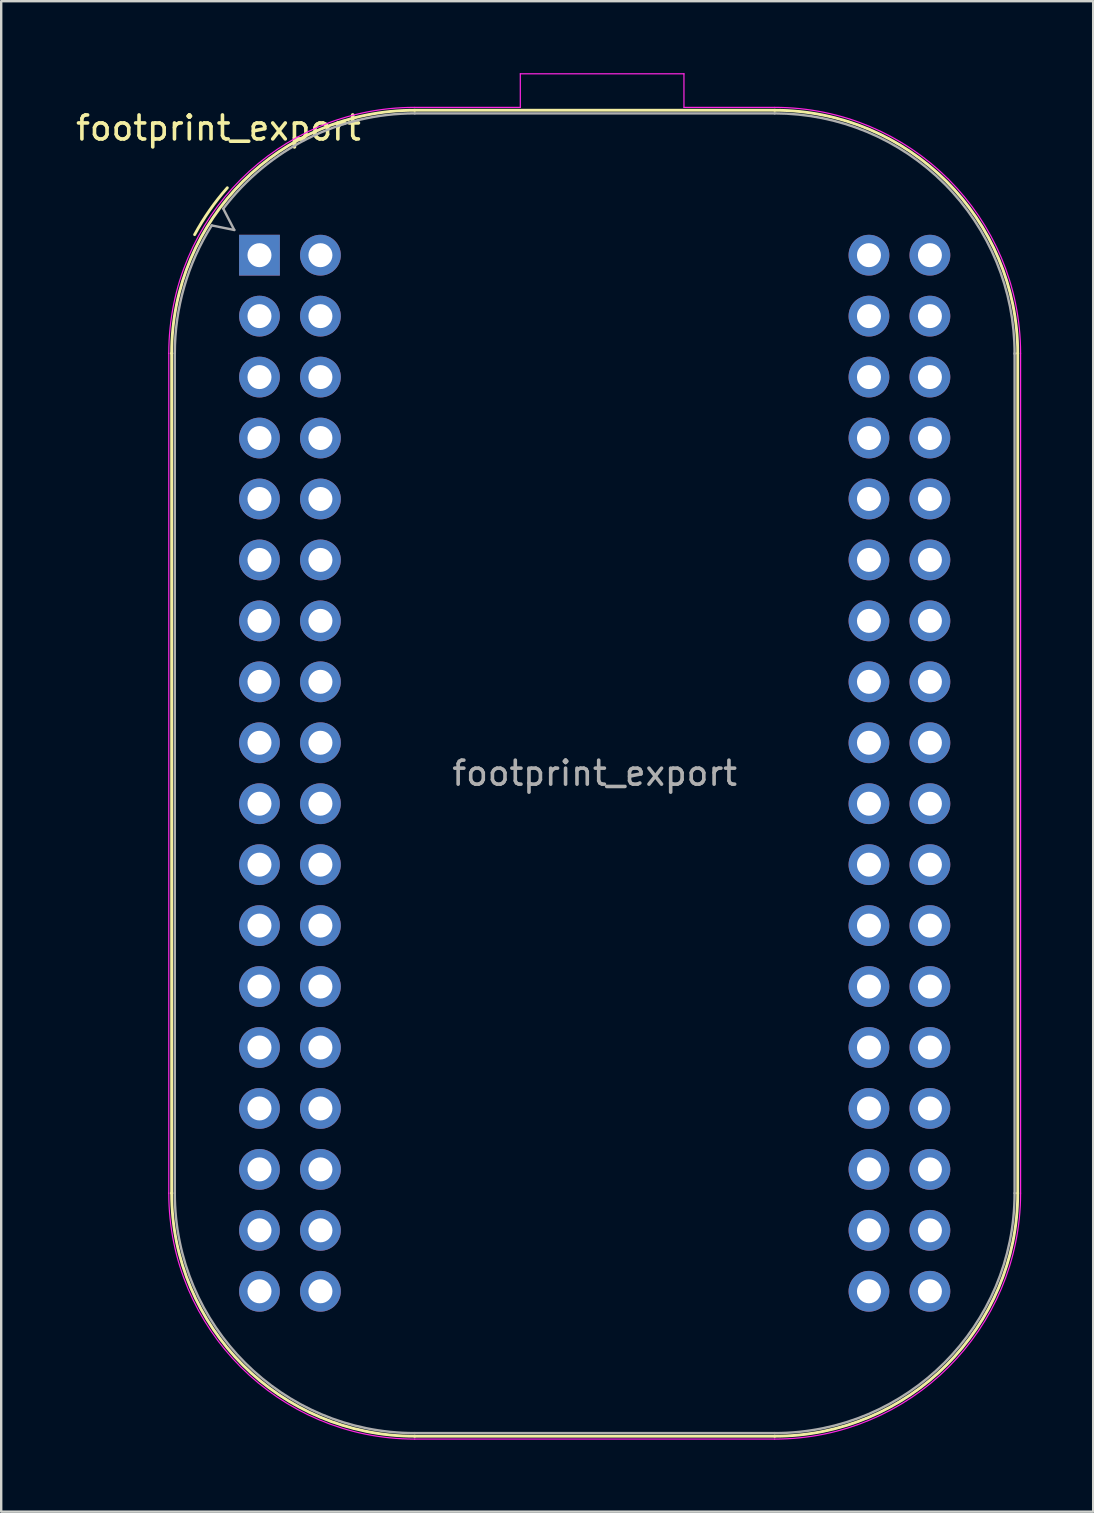
<source format=kicad_pcb>
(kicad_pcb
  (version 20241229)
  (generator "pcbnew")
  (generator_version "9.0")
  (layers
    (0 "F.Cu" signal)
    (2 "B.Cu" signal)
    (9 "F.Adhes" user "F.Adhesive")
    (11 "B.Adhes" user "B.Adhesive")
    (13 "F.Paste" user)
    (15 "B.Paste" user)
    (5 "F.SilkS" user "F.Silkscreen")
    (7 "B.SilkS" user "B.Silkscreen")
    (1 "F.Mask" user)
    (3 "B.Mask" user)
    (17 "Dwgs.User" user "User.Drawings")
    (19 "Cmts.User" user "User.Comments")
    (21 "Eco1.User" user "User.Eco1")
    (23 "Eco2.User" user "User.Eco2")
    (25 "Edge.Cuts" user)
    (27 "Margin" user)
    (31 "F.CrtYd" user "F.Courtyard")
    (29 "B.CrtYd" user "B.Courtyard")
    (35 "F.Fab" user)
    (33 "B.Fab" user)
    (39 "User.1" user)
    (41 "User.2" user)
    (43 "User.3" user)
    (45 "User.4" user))
  (footprint "footprint_export"
    (layer "F.Cu")
    (at 7.764 7.585)
    (property "Reference" "footprint_export" (at -1.71 -5.3 180) (layer "F.SilkS") (effects (font (size 1 1) (thickness 0.15))))
    (attr through_hole)
    (fp_line (start -3.66 39.09) (end -3.66 4.09) (stroke (width 0.12) (type solid)) (layer "F.SilkS"))
    (fp_line (start 6.47 -6.04) (end 21.47 -6.04) (stroke (width 0.12) (type solid)) (layer "F.SilkS"))
    (fp_line (start 6.47 49.22) (end 21.47 49.22) (stroke (width 0.12) (type solid)) (layer "F.SilkS"))
    (fp_line (start 31.6 4.09) (end 31.6 39.09) (stroke (width 0.12) (type solid)) (layer "F.SilkS"))
    (fp_arc (start -3.66 4.09) (mid -0.692992 -3.072992) (end 6.47 -6.04) (stroke (width 0.12) (type solid)) (layer "F.SilkS"))
    (fp_arc (start -2.702916 -0.856081) (mid -2.077474 -1.872113) (end -1.34 -2.81) (stroke (width 0.12) (type solid)) (layer "F.SilkS"))
    (fp_arc (start 6.47 49.22) (mid -0.692992 46.252992) (end -3.66 39.09) (stroke (width 0.12) (type solid)) (layer "F.SilkS"))
    (fp_arc (start 21.47 -6.04) (mid 28.632992 -3.072992) (end 31.6 4.09) (stroke (width 0.12) (type solid)) (layer "F.SilkS"))
    (fp_arc (start 31.6 39.09) (mid 28.632992 46.252992) (end 21.47 49.22) (stroke (width 0.12) (type solid)) (layer "F.SilkS"))
    (fp_line (start -3.78 4.09) (end -3.78 39.09) (stroke (width 0.05) (type solid)) (layer "F.CrtYd"))
    (fp_line (start 6.47 49.34) (end 21.47 49.34) (stroke (width 0.05) (type solid)) (layer "F.CrtYd"))
    (fp_line (start 10.87 -7.56) (end 17.69 -7.56) (stroke (width 0.05) (type solid)) (layer "F.CrtYd"))
    (fp_line (start 10.87 -6.16) (end 6.47 -6.16) (stroke (width 0.05) (type solid)) (layer "F.CrtYd"))
    (fp_line (start 10.87 -6.16) (end 10.87 -7.56) (stroke (width 0.05) (type solid)) (layer "F.CrtYd"))
    (fp_line (start 17.69 -6.16) (end 17.69 -7.56) (stroke (width 0.05) (type solid)) (layer "F.CrtYd"))
    (fp_line (start 21.47 -6.16) (end 17.69 -6.16) (stroke (width 0.05) (type solid)) (layer "F.CrtYd"))
    (fp_line (start 31.72 4.09) (end 31.72 39.09) (stroke (width 0.05) (type solid)) (layer "F.CrtYd"))
    (fp_arc (start -3.78 4.09) (mid -0.777845 -3.157845) (end 6.47 -6.16) (stroke (width 0.05) (type solid)) (layer "F.CrtYd"))
    (fp_arc (start 6.47 49.34) (mid -0.777845 46.337845) (end -3.78 39.09) (stroke (width 0.05) (type solid)) (layer "F.CrtYd"))
    (fp_arc (start 21.47 -6.16) (mid 28.717845 -3.157845) (end 31.72 4.09) (stroke (width 0.05) (type solid)) (layer "F.CrtYd"))
    (fp_arc (start 31.72 39.09) (mid 28.717845 46.337845) (end 21.47 49.34) (stroke (width 0.05) (type solid)) (layer "F.CrtYd"))
    (fp_line (start -3.53 4.09) (end -3.53 39.09) (stroke (width 0.1) (type solid)) (layer "F.Fab"))
    (fp_line (start -1.51 -1.94) (end -1.05 -1.05) (stroke (width 0.1) (type solid)) (layer "F.Fab"))
    (fp_line (start -1.05 -1.05) (end -1.99 -1.24) (stroke (width 0.1) (type solid)) (layer "F.Fab"))
    (fp_line (start 6.47 -5.91) (end 21.47 -5.91) (stroke (width 0.1) (type solid)) (layer "F.Fab"))
    (fp_line (start 6.47 49.09) (end 21.47 49.09) (stroke (width 0.1) (type solid)) (layer "F.Fab"))
    (fp_line (start 31.47 4.09) (end 31.47 39.09) (stroke (width 0.1) (type solid)) (layer "F.Fab"))
    (fp_arc (start -3.529025 4.09) (mid -3.136567 1.316126) (end -1.99 -1.24) (stroke (width 0.1) (type solid)) (layer "F.Fab"))
    (fp_arc (start -1.505888 -1.942016) (mid 2.015797 -4.863216) (end 6.47 -5.91) (stroke (width 0.1) (type solid)) (layer "F.Fab"))
    (fp_arc (start 6.47 49.09) (mid -0.601068 46.161068) (end -3.53 39.09) (stroke (width 0.1) (type solid)) (layer "F.Fab"))
    (fp_arc (start 21.472547 -5.91002) (mid 28.549049 -2.973106) (end 31.47 4.11) (stroke (width 0.1) (type solid)) (layer "F.Fab"))
    (fp_arc (start 31.47 39.09) (mid 28.541068 46.161068) (end 21.47 49.09) (stroke (width 0.1) (type solid)) (layer "F.Fab"))
    (fp_text user "${REFERENCE}" (at 13.97 21.59 180) (layer "F.Fab") (effects (font (size 1 1) (thickness 0.15))))
    (pad "1" thru_hole rect (at 0 0) (size 1.7 1.7) (drill 1) (layers "*.Cu" "*.Mask"))
    (pad "2" thru_hole oval (at 2.54 0) (size 1.7 1.7) (drill 1) (layers "*.Cu" "*.Mask"))
    (pad "3" thru_hole oval (at 0 2.54) (size 1.7 1.7) (drill 1) (layers "*.Cu" "*.Mask"))
    (pad "4" thru_hole oval (at 2.54 2.54) (size 1.7 1.7) (drill 1) (layers "*.Cu" "*.Mask"))
    (pad "5" thru_hole oval (at 0 5.08) (size 1.7 1.7) (drill 1) (layers "*.Cu" "*.Mask"))
    (pad "6" thru_hole oval (at 2.54 5.08) (size 1.7 1.7) (drill 1) (layers "*.Cu" "*.Mask"))
    (pad "7" thru_hole oval (at 0 7.62) (size 1.7 1.7) (drill 1) (layers "*.Cu" "*.Mask"))
    (pad "8" thru_hole oval (at 2.54 7.62) (size 1.7 1.7) (drill 1) (layers "*.Cu" "*.Mask"))
    (pad "9" thru_hole oval (at 0 10.16) (size 1.7 1.7) (drill 1) (layers "*.Cu" "*.Mask"))
    (pad "10" thru_hole oval (at 2.54 10.16) (size 1.7 1.7) (drill 1) (layers "*.Cu" "*.Mask"))
    (pad "11" thru_hole oval (at 0 12.7) (size 1.7 1.7) (drill 1) (layers "*.Cu" "*.Mask"))
    (pad "12" thru_hole oval (at 2.54 12.7) (size 1.7 1.7) (drill 1) (layers "*.Cu" "*.Mask"))
    (pad "13" thru_hole oval (at 0 15.24) (size 1.7 1.7) (drill 1) (layers "*.Cu" "*.Mask"))
    (pad "14" thru_hole oval (at 2.54 15.24) (size 1.7 1.7) (drill 1) (layers "*.Cu" "*.Mask"))
    (pad "15" thru_hole oval (at 0 17.78) (size 1.7 1.7) (drill 1) (layers "*.Cu" "*.Mask"))
    (pad "16" thru_hole oval (at 2.54 17.78) (size 1.7 1.7) (drill 1) (layers "*.Cu" "*.Mask"))
    (pad "17" thru_hole oval (at 0 20.32) (size 1.7 1.7) (drill 1) (layers "*.Cu" "*.Mask"))
    (pad "18" thru_hole oval (at 2.54 20.32) (size 1.7 1.7) (drill 1) (layers "*.Cu" "*.Mask"))
    (pad "19" thru_hole oval (at 0 22.86) (size 1.7 1.7) (drill 1) (layers "*.Cu" "*.Mask"))
    (pad "20" thru_hole oval (at 2.54 22.86) (size 1.7 1.7) (drill 1) (layers "*.Cu" "*.Mask"))
    (pad "21" thru_hole oval (at 0 25.4) (size 1.7 1.7) (drill 1) (layers "*.Cu" "*.Mask"))
    (pad "22" thru_hole oval (at 2.54 25.4) (size 1.7 1.7) (drill 1) (layers "*.Cu" "*.Mask"))
    (pad "23" thru_hole oval (at 0 27.94) (size 1.7 1.7) (drill 1) (layers "*.Cu" "*.Mask"))
    (pad "24" thru_hole oval (at 2.54 27.94) (size 1.7 1.7) (drill 1) (layers "*.Cu" "*.Mask"))
    (pad "25" thru_hole oval (at 0 30.48) (size 1.7 1.7) (drill 1) (layers "*.Cu" "*.Mask"))
    (pad "26" thru_hole oval (at 2.54 30.48) (size 1.7 1.7) (drill 1) (layers "*.Cu" "*.Mask"))
    (pad "27" thru_hole oval (at 0 33.02) (size 1.7 1.7) (drill 1) (layers "*.Cu" "*.Mask"))
    (pad "28" thru_hole oval (at 2.54 33.02) (size 1.7 1.7) (drill 1) (layers "*.Cu" "*.Mask"))
    (pad "29" thru_hole oval (at 0 35.56) (size 1.7 1.7) (drill 1) (layers "*.Cu" "*.Mask"))
    (pad "30" thru_hole oval (at 2.54 35.56) (size 1.7 1.7) (drill 1) (layers "*.Cu" "*.Mask"))
    (pad "31" thru_hole oval (at 0 38.1) (size 1.7 1.7) (drill 1) (layers "*.Cu" "*.Mask"))
    (pad "32" thru_hole oval (at 2.54 38.1) (size 1.7 1.7) (drill 1) (layers "*.Cu" "*.Mask"))
    (pad "33" thru_hole oval (at 0 40.64) (size 1.7 1.7) (drill 1) (layers "*.Cu" "*.Mask"))
    (pad "34" thru_hole oval (at 2.54 40.64) (size 1.7 1.7) (drill 1) (layers "*.Cu" "*.Mask"))
    (pad "35" thru_hole oval (at 0 43.18) (size 1.7 1.7) (drill 1) (layers "*.Cu" "*.Mask"))
    (pad "36" thru_hole oval (at 2.54 43.18) (size 1.7 1.7) (drill 1) (layers "*.Cu" "*.Mask"))
    (pad "37" thru_hole circle (at 25.4 0) (size 1.7 1.7) (drill 1) (layers "*.Cu" "*.Mask"))
    (pad "38" thru_hole oval (at 27.94 0) (size 1.7 1.7) (drill 1) (layers "*.Cu" "*.Mask"))
    (pad "39" thru_hole oval (at 25.4 2.54) (size 1.7 1.7) (drill 1) (layers "*.Cu" "*.Mask"))
    (pad "40" thru_hole oval (at 27.94 2.54) (size 1.7 1.7) (drill 1) (layers "*.Cu" "*.Mask"))
    (pad "41" thru_hole oval (at 25.4 5.08) (size 1.7 1.7) (drill 1) (layers "*.Cu" "*.Mask"))
    (pad "42" thru_hole oval (at 27.94 5.08) (size 1.7 1.7) (drill 1) (layers "*.Cu" "*.Mask"))
    (pad "43" thru_hole oval (at 25.4 7.62) (size 1.7 1.7) (drill 1) (layers "*.Cu" "*.Mask"))
    (pad "44" thru_hole oval (at 27.94 7.62) (size 1.7 1.7) (drill 1) (layers "*.Cu" "*.Mask"))
    (pad "45" thru_hole oval (at 25.4 10.16) (size 1.7 1.7) (drill 1) (layers "*.Cu" "*.Mask"))
    (pad "46" thru_hole oval (at 27.94 10.16) (size 1.7 1.7) (drill 1) (layers "*.Cu" "*.Mask"))
    (pad "47" thru_hole oval (at 25.4 12.7) (size 1.7 1.7) (drill 1) (layers "*.Cu" "*.Mask"))
    (pad "48" thru_hole oval (at 27.94 12.7) (size 1.7 1.7) (drill 1) (layers "*.Cu" "*.Mask"))
    (pad "49" thru_hole oval (at 25.4 15.24) (size 1.7 1.7) (drill 1) (layers "*.Cu" "*.Mask"))
    (pad "50" thru_hole oval (at 27.94 15.24) (size 1.7 1.7) (drill 1) (layers "*.Cu" "*.Mask"))
    (pad "51" thru_hole oval (at 25.4 17.78) (size 1.7 1.7) (drill 1) (layers "*.Cu" "*.Mask"))
    (pad "52" thru_hole oval (at 27.94 17.78) (size 1.7 1.7) (drill 1) (layers "*.Cu" "*.Mask"))
    (pad "53" thru_hole oval (at 25.4 20.32) (size 1.7 1.7) (drill 1) (layers "*.Cu" "*.Mask"))
    (pad "54" thru_hole oval (at 27.94 20.32) (size 1.7 1.7) (drill 1) (layers "*.Cu" "*.Mask"))
    (pad "55" thru_hole oval (at 25.4 22.86) (size 1.7 1.7) (drill 1) (layers "*.Cu" "*.Mask"))
    (pad "56" thru_hole oval (at 27.94 22.86) (size 1.7 1.7) (drill 1) (layers "*.Cu" "*.Mask"))
    (pad "57" thru_hole oval (at 25.4 25.4) (size 1.7 1.7) (drill 1) (layers "*.Cu" "*.Mask"))
    (pad "58" thru_hole oval (at 27.94 25.4) (size 1.7 1.7) (drill 1) (layers "*.Cu" "*.Mask"))
    (pad "59" thru_hole oval (at 25.4 27.94) (size 1.7 1.7) (drill 1) (layers "*.Cu" "*.Mask"))
    (pad "60" thru_hole oval (at 27.94 27.94) (size 1.7 1.7) (drill 1) (layers "*.Cu" "*.Mask"))
    (pad "61" thru_hole oval (at 25.4 30.48) (size 1.7 1.7) (drill 1) (layers "*.Cu" "*.Mask"))
    (pad "62" thru_hole oval (at 27.94 30.48) (size 1.7 1.7) (drill 1) (layers "*.Cu" "*.Mask"))
    (pad "63" thru_hole oval (at 25.4 33.02) (size 1.7 1.7) (drill 1) (layers "*.Cu" "*.Mask"))
    (pad "64" thru_hole oval (at 27.94 33.02) (size 1.7 1.7) (drill 1) (layers "*.Cu" "*.Mask"))
    (pad "65" thru_hole oval (at 25.4 35.56) (size 1.7 1.7) (drill 1) (layers "*.Cu" "*.Mask"))
    (pad "66" thru_hole oval (at 27.94 35.56) (size 1.7 1.7) (drill 1) (layers "*.Cu" "*.Mask"))
    (pad "67" thru_hole oval (at 25.4 38.1) (size 1.7 1.7) (drill 1) (layers "*.Cu" "*.Mask"))
    (pad "68" thru_hole oval (at 27.94 38.1) (size 1.7 1.7) (drill 1) (layers "*.Cu" "*.Mask"))
    (pad "69" thru_hole oval (at 25.4 40.64) (size 1.7 1.7) (drill 1) (layers "*.Cu" "*.Mask"))
    (pad "70" thru_hole oval (at 27.94 40.64) (size 1.7 1.7) (drill 1) (layers "*.Cu" "*.Mask"))
    (pad "71" thru_hole oval (at 25.4 43.18) (size 1.7 1.7) (drill 1) (layers "*.Cu" "*.Mask"))
    (pad "72" thru_hole oval (at 27.94 43.18) (size 1.7 1.7) (drill 1) (layers "*.Cu" "*.Mask")))
  (gr_rect
    (start -3 -3)
    (end 42.509 59.95)
    (stroke (width 0.1) (type default))
    (fill no)
    (layer "Edge.Cuts")))
</source>
